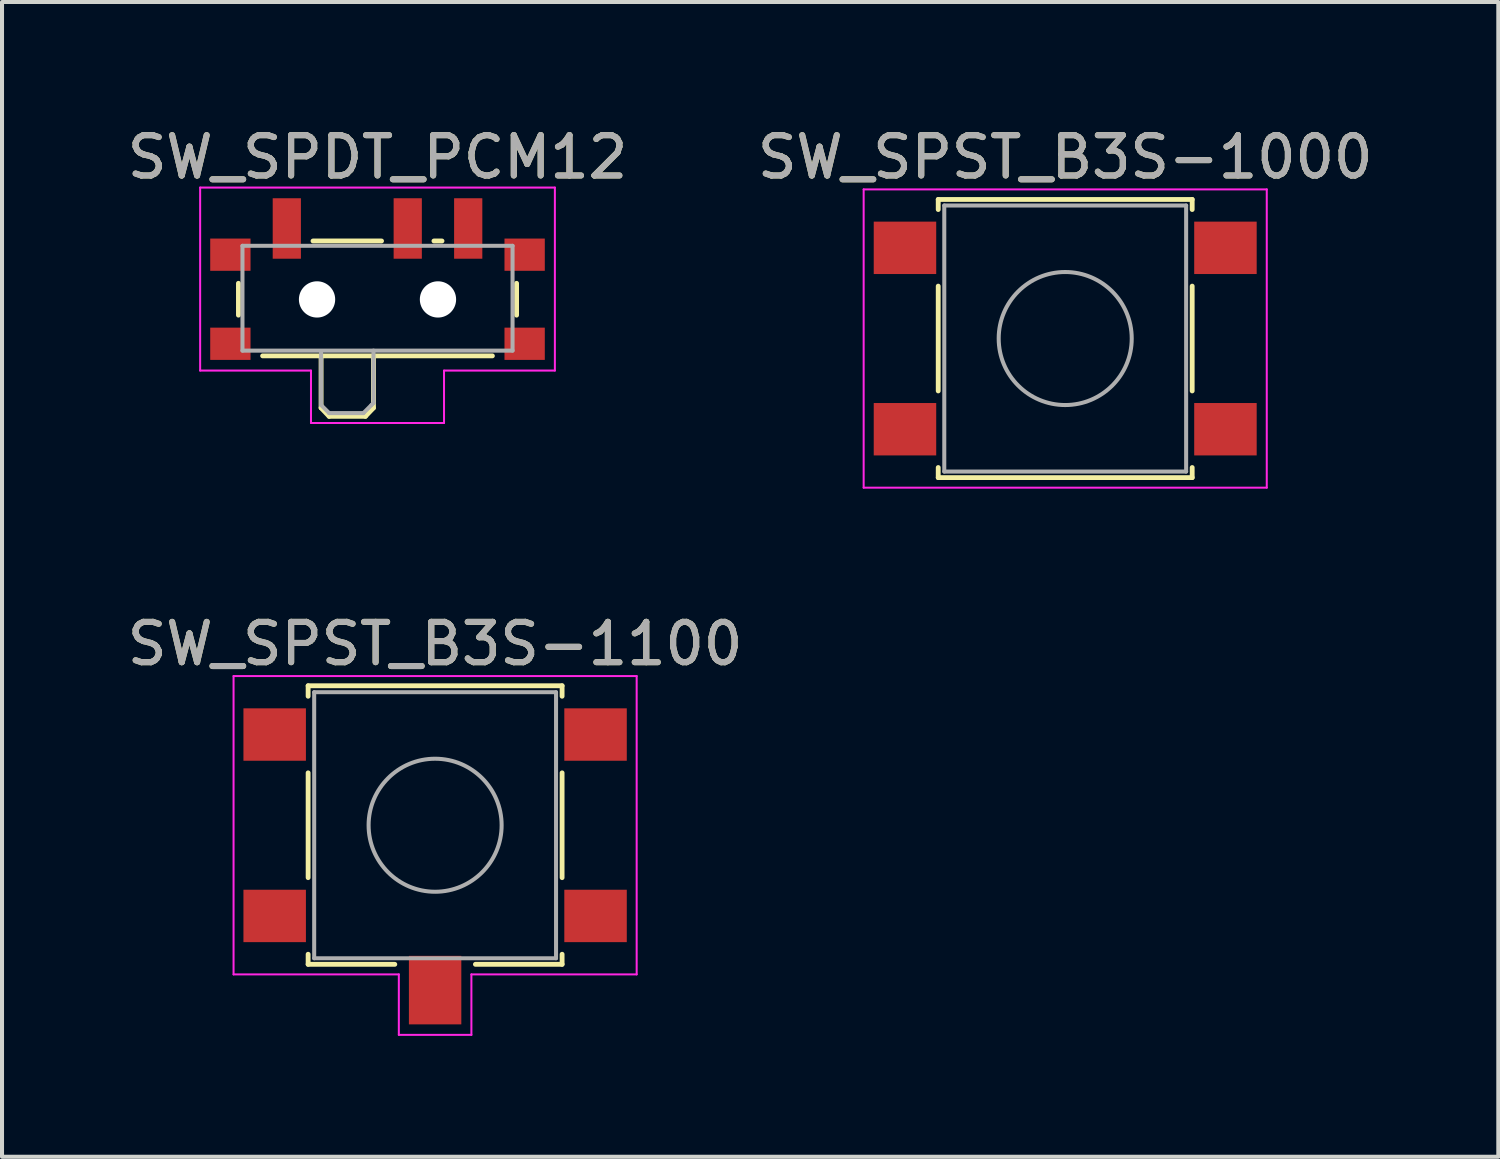
<source format=kicad_pcb>
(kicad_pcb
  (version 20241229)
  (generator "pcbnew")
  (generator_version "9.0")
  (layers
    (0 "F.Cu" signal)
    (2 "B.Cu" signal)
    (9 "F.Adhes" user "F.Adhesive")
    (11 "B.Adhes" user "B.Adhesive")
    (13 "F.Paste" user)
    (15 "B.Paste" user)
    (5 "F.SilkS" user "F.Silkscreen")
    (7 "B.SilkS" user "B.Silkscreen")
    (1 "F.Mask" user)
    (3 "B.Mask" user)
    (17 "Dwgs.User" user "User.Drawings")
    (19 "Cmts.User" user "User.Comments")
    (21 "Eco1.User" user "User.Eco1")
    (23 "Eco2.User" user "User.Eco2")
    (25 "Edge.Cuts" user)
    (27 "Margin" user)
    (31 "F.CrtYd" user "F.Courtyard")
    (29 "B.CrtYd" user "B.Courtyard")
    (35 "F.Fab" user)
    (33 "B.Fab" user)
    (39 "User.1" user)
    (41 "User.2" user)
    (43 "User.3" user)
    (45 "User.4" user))
  (footprint "SW_SPST_B3S-1000"
    (layer "F.Cu")
    (at 23.375 5.348)
    (property "Reference" "SW_SPST_B3S-1000" (at 0 -4.5 0) (layer "F.SilkS") (effects (font (size 1 1) (thickness 0.15))))
    (attr smd)
    (fp_line (start -3.15 -3.45) (end 3.15 -3.45) (stroke (width 0.12) (type solid)) (layer "F.SilkS"))
    (fp_line (start -3.15 -3.2) (end -3.15 -3.45) (stroke (width 0.12) (type solid)) (layer "F.SilkS"))
    (fp_line (start -3.15 1.3) (end -3.15 -1.3) (stroke (width 0.12) (type solid)) (layer "F.SilkS"))
    (fp_line (start -3.15 3.45) (end -3.15 3.2) (stroke (width 0.12) (type solid)) (layer "F.SilkS"))
    (fp_line (start 3.15 -3.45) (end 3.15 -3.2) (stroke (width 0.12) (type solid)) (layer "F.SilkS"))
    (fp_line (start 3.15 -1.3) (end 3.15 1.3) (stroke (width 0.12) (type solid)) (layer "F.SilkS"))
    (fp_line (start 3.15 3.2) (end 3.15 3.45) (stroke (width 0.12) (type solid)) (layer "F.SilkS"))
    (fp_line (start 3.15 3.45) (end -3.15 3.45) (stroke (width 0.12) (type solid)) (layer "F.SilkS"))
    (fp_line (start -5 -3.7) (end -5 3.7) (stroke (width 0.05) (type solid)) (layer "F.CrtYd"))
    (fp_line (start -5 3.7) (end 5 3.7) (stroke (width 0.05) (type solid)) (layer "F.CrtYd"))
    (fp_line (start 5 -3.7) (end -5 -3.7) (stroke (width 0.05) (type solid)) (layer "F.CrtYd"))
    (fp_line (start 5 3.7) (end 5 -3.7) (stroke (width 0.05) (type solid)) (layer "F.CrtYd"))
    (fp_line (start -3 -3.3) (end 3 -3.3) (stroke (width 0.1) (type solid)) (layer "F.Fab"))
    (fp_line (start -3 3.3) (end -3 -3.3) (stroke (width 0.1) (type solid)) (layer "F.Fab"))
    (fp_line (start 3 -3.3) (end 3 3.3) (stroke (width 0.1) (type solid)) (layer "F.Fab"))
    (fp_line (start 3 3.3) (end -3 3.3) (stroke (width 0.1) (type solid)) (layer "F.Fab"))
    (fp_circle (center 0 0) (end 1.65 0) (stroke (width 0.1) (type solid)) (fill no) (layer "F.Fab"))
    (fp_text user "${REFERENCE}" (at 0 -4.5 0) (layer "F.Fab") (effects (font (size 1 1) (thickness 0.15))))
    (pad "1" smd rect (at -3.975 -2.25) (size 1.55 1.3) (layers "F.Cu" "F.Mask" "F.Paste"))
    (pad "1" smd rect (at 3.975 -2.25) (size 1.55 1.3) (layers "F.Cu" "F.Mask" "F.Paste"))
    (pad "2" smd rect (at -3.975 2.25) (size 1.55 1.3) (layers "F.Cu" "F.Mask" "F.Paste"))
    (pad "2" smd rect (at 3.975 2.25) (size 1.55 1.3) (layers "F.Cu" "F.Mask" "F.Paste")))
  (footprint "SW_SPDT_PCM12"
    (layer "F.Cu")
    (at 6.315 3.873)
    (property "Reference" "SW_SPDT_PCM12" (at 0 -3.025 0) (layer "F.SilkS") (effects (font (size 1 1) (thickness 0.15))))
    (attr smd)
    (fp_line (start -3.45 0.105) (end -3.45 0.895) (stroke (width 0.12) (type solid)) (layer "F.SilkS"))
    (fp_line (start -2.85 1.905) (end 2.85 1.905) (stroke (width 0.12) (type solid)) (layer "F.SilkS"))
    (fp_line (start -1.6 -0.945) (end 0.1 -0.945) (stroke (width 0.12) (type solid)) (layer "F.SilkS"))
    (fp_line (start -1.4 1.905) (end -1.4 3.195) (stroke (width 0.12) (type solid)) (layer "F.SilkS"))
    (fp_line (start -1.4 3.195) (end -1.2 3.405) (stroke (width 0.12) (type solid)) (layer "F.SilkS"))
    (fp_line (start -1.2 3.405) (end -0.3 3.405) (stroke (width 0.12) (type solid)) (layer "F.SilkS"))
    (fp_line (start -0.1 3.195) (end -0.3 3.405) (stroke (width 0.12) (type solid)) (layer "F.SilkS"))
    (fp_line (start -0.1 3.195) (end -0.1 1.905) (stroke (width 0.12) (type solid)) (layer "F.SilkS"))
    (fp_line (start 1.4 -0.945) (end 1.6 -0.945) (stroke (width 0.12) (type solid)) (layer "F.SilkS"))
    (fp_line (start 3.45 0.895) (end 3.45 0.105) (stroke (width 0.12) (type solid)) (layer "F.SilkS"))
    (fp_line (start -4.4 -2.27) (end 4.4 -2.27) (stroke (width 0.05) (type solid)) (layer "F.CrtYd"))
    (fp_line (start -4.4 2.27) (end -4.4 -2.27) (stroke (width 0.05) (type solid)) (layer "F.CrtYd"))
    (fp_line (start -1.65 2.27) (end -4.4 2.27) (stroke (width 0.05) (type solid)) (layer "F.CrtYd"))
    (fp_line (start -1.65 3.57) (end -1.65 2.27) (stroke (width 0.05) (type solid)) (layer "F.CrtYd"))
    (fp_line (start 1.65 2.27) (end 1.65 3.57) (stroke (width 0.05) (type solid)) (layer "F.CrtYd"))
    (fp_line (start 1.65 3.57) (end -1.65 3.57) (stroke (width 0.05) (type solid)) (layer "F.CrtYd"))
    (fp_line (start 4.4 -2.27) (end 4.4 2.27) (stroke (width 0.05) (type solid)) (layer "F.CrtYd"))
    (fp_line (start 4.4 2.27) (end 1.65 2.27) (stroke (width 0.05) (type solid)) (layer "F.CrtYd"))
    (fp_line (start -3.35 -0.825) (end -3.35 1.775) (stroke (width 0.1) (type solid)) (layer "F.Fab"))
    (fp_line (start -3.35 1.775) (end 3.35 1.775) (stroke (width 0.1) (type solid)) (layer "F.Fab"))
    (fp_line (start -1.4 1.825) (end -1.4 3.125) (stroke (width 0.1) (type solid)) (layer "F.Fab"))
    (fp_line (start -1.4 3.125) (end -1.2 3.325) (stroke (width 0.1) (type solid)) (layer "F.Fab"))
    (fp_line (start -1.2 3.325) (end -0.35 3.325) (stroke (width 0.1) (type solid)) (layer "F.Fab"))
    (fp_line (start -0.35 3.325) (end -0.15 3.125) (stroke (width 0.1) (type solid)) (layer "F.Fab"))
    (fp_line (start -0.15 3.125) (end -0.1 3.075) (stroke (width 0.1) (type solid)) (layer "F.Fab"))
    (fp_line (start -0.1 3.075) (end -0.1 1.775) (stroke (width 0.1) (type solid)) (layer "F.Fab"))
    (fp_line (start 3.35 -0.825) (end -3.35 -0.825) (stroke (width 0.1) (type solid)) (layer "F.Fab"))
    (fp_line (start 3.35 1.775) (end 3.35 -0.825) (stroke (width 0.1) (type solid)) (layer "F.Fab"))
    (fp_text user "${REFERENCE}" (at 0 -3.025 0) (layer "F.Fab") (effects (font (size 1 1) (thickness 0.15))))
    (pad "" smd rect (at -3.65 -0.605) (size 1 0.8) (layers "F.Cu" "F.Mask" "F.Paste"))
    (pad "" smd rect (at -3.65 1.605) (size 1 0.8) (layers "F.Cu" "F.Mask" "F.Paste"))
    (pad "" np_thru_hole circle (at -1.5 0.505) (size 0.9 0.9) (drill 0.9) (layers "*.Cu" "*.Mask"))
    (pad "" np_thru_hole circle (at 1.5 0.505) (size 0.9 0.9) (drill 0.9) (layers "*.Cu" "*.Mask"))
    (pad "" smd rect (at 3.65 -0.605) (size 1 0.8) (layers "F.Cu" "F.Mask" "F.Paste"))
    (pad "" smd rect (at 3.65 1.605) (size 1 0.8) (layers "F.Cu" "F.Mask" "F.Paste"))
    (pad "1" smd rect (at -2.25 -1.255) (size 0.7 1.5) (layers "F.Cu" "F.Mask" "F.Paste"))
    (pad "2" smd rect (at 0.75 -1.255) (size 0.7 1.5) (layers "F.Cu" "F.Mask" "F.Paste"))
    (pad "3" smd rect (at 2.25 -1.255) (size 0.7 1.5) (layers "F.Cu" "F.Mask" "F.Paste")))
  (footprint "SW_SPST_B3S-1100"
    (layer "F.Cu")
    (at 7.744 18.442)
    (property "Reference" "SW_SPST_B3S-1100" (at 0 -5.52 0) (layer "F.SilkS") (effects (font (size 1 1) (thickness 0.15))))
    (attr smd)
    (fp_line (start -3.15 -4.48) (end 3.15 -4.48) (stroke (width 0.12) (type solid)) (layer "F.SilkS"))
    (fp_line (start -3.15 -4.22) (end -3.15 -4.48) (stroke (width 0.12) (type solid)) (layer "F.SilkS"))
    (fp_line (start -3.15 0.28) (end -3.15 -2.32) (stroke (width 0.12) (type solid)) (layer "F.SilkS"))
    (fp_line (start -3.15 2.43) (end -3.15 2.18) (stroke (width 0.12) (type solid)) (layer "F.SilkS"))
    (fp_line (start -3.15 2.43) (end -1 2.43) (stroke (width 0.12) (type solid)) (layer "F.SilkS"))
    (fp_line (start 3.15 -4.48) (end 3.15 -4.22) (stroke (width 0.12) (type solid)) (layer "F.SilkS"))
    (fp_line (start 3.15 -2.32) (end 3.15 0.28) (stroke (width 0.12) (type solid)) (layer "F.SilkS"))
    (fp_line (start 3.15 2.18) (end 3.15 2.43) (stroke (width 0.12) (type solid)) (layer "F.SilkS"))
    (fp_line (start 3.15 2.43) (end 1 2.43) (stroke (width 0.12) (type solid)) (layer "F.SilkS"))
    (fp_line (start -5 -4.72) (end -5 2.68) (stroke (width 0.05) (type solid)) (layer "F.CrtYd"))
    (fp_line (start -5 2.68) (end -0.9 2.68) (stroke (width 0.05) (type solid)) (layer "F.CrtYd"))
    (fp_line (start -0.9 2.68) (end -0.9 4.18) (stroke (width 0.05) (type solid)) (layer "F.CrtYd"))
    (fp_line (start -0.9 4.18) (end 0.9 4.18) (stroke (width 0.05) (type solid)) (layer "F.CrtYd"))
    (fp_line (start 0.9 4.18) (end 0.9 2.68) (stroke (width 0.05) (type solid)) (layer "F.CrtYd"))
    (fp_line (start 5 -4.72) (end -5 -4.72) (stroke (width 0.05) (type solid)) (layer "F.CrtYd"))
    (fp_line (start 5 2.68) (end 0.9 2.68) (stroke (width 0.05) (type solid)) (layer "F.CrtYd"))
    (fp_line (start 5 2.68) (end 5 -4.72) (stroke (width 0.05) (type solid)) (layer "F.CrtYd"))
    (fp_line (start -3 -4.32) (end 3 -4.32) (stroke (width 0.1) (type solid)) (layer "F.Fab"))
    (fp_line (start -3 2.28) (end -3 -4.32) (stroke (width 0.1) (type solid)) (layer "F.Fab"))
    (fp_line (start 3 -4.32) (end 3 2.28) (stroke (width 0.1) (type solid)) (layer "F.Fab"))
    (fp_line (start 3 2.28) (end -3 2.28) (stroke (width 0.1) (type solid)) (layer "F.Fab"))
    (fp_circle (center 0 -1.02) (end 1.65 -1.02) (stroke (width 0.1) (type solid)) (fill no) (layer "F.Fab"))
    (fp_text user "${REFERENCE}" (at 0 -5.52 0) (layer "F.Fab") (effects (font (size 1 1) (thickness 0.15))))
    (pad "1" smd rect (at -3.98 -3.27) (size 1.55 1.3) (layers "F.Cu" "F.Mask" "F.Paste"))
    (pad "1" smd rect (at 3.98 -3.27) (size 1.55 1.3) (layers "F.Cu" "F.Mask" "F.Paste"))
    (pad "2" smd rect (at -3.98 1.23) (size 1.55 1.3) (layers "F.Cu" "F.Mask" "F.Paste"))
    (pad "2" smd rect (at 3.98 1.23) (size 1.55 1.3) (layers "F.Cu" "F.Mask" "F.Paste"))
    (pad "3" smd rect (at 0 3.07) (size 1.3 1.7) (layers "F.Cu" "F.Mask" "F.Paste")))
  (gr_rect
    (start -3 -3)
    (end 34.119 25.646)
    (stroke (width 0.1) (type default))
    (fill no)
    (layer "Edge.Cuts")))
</source>
